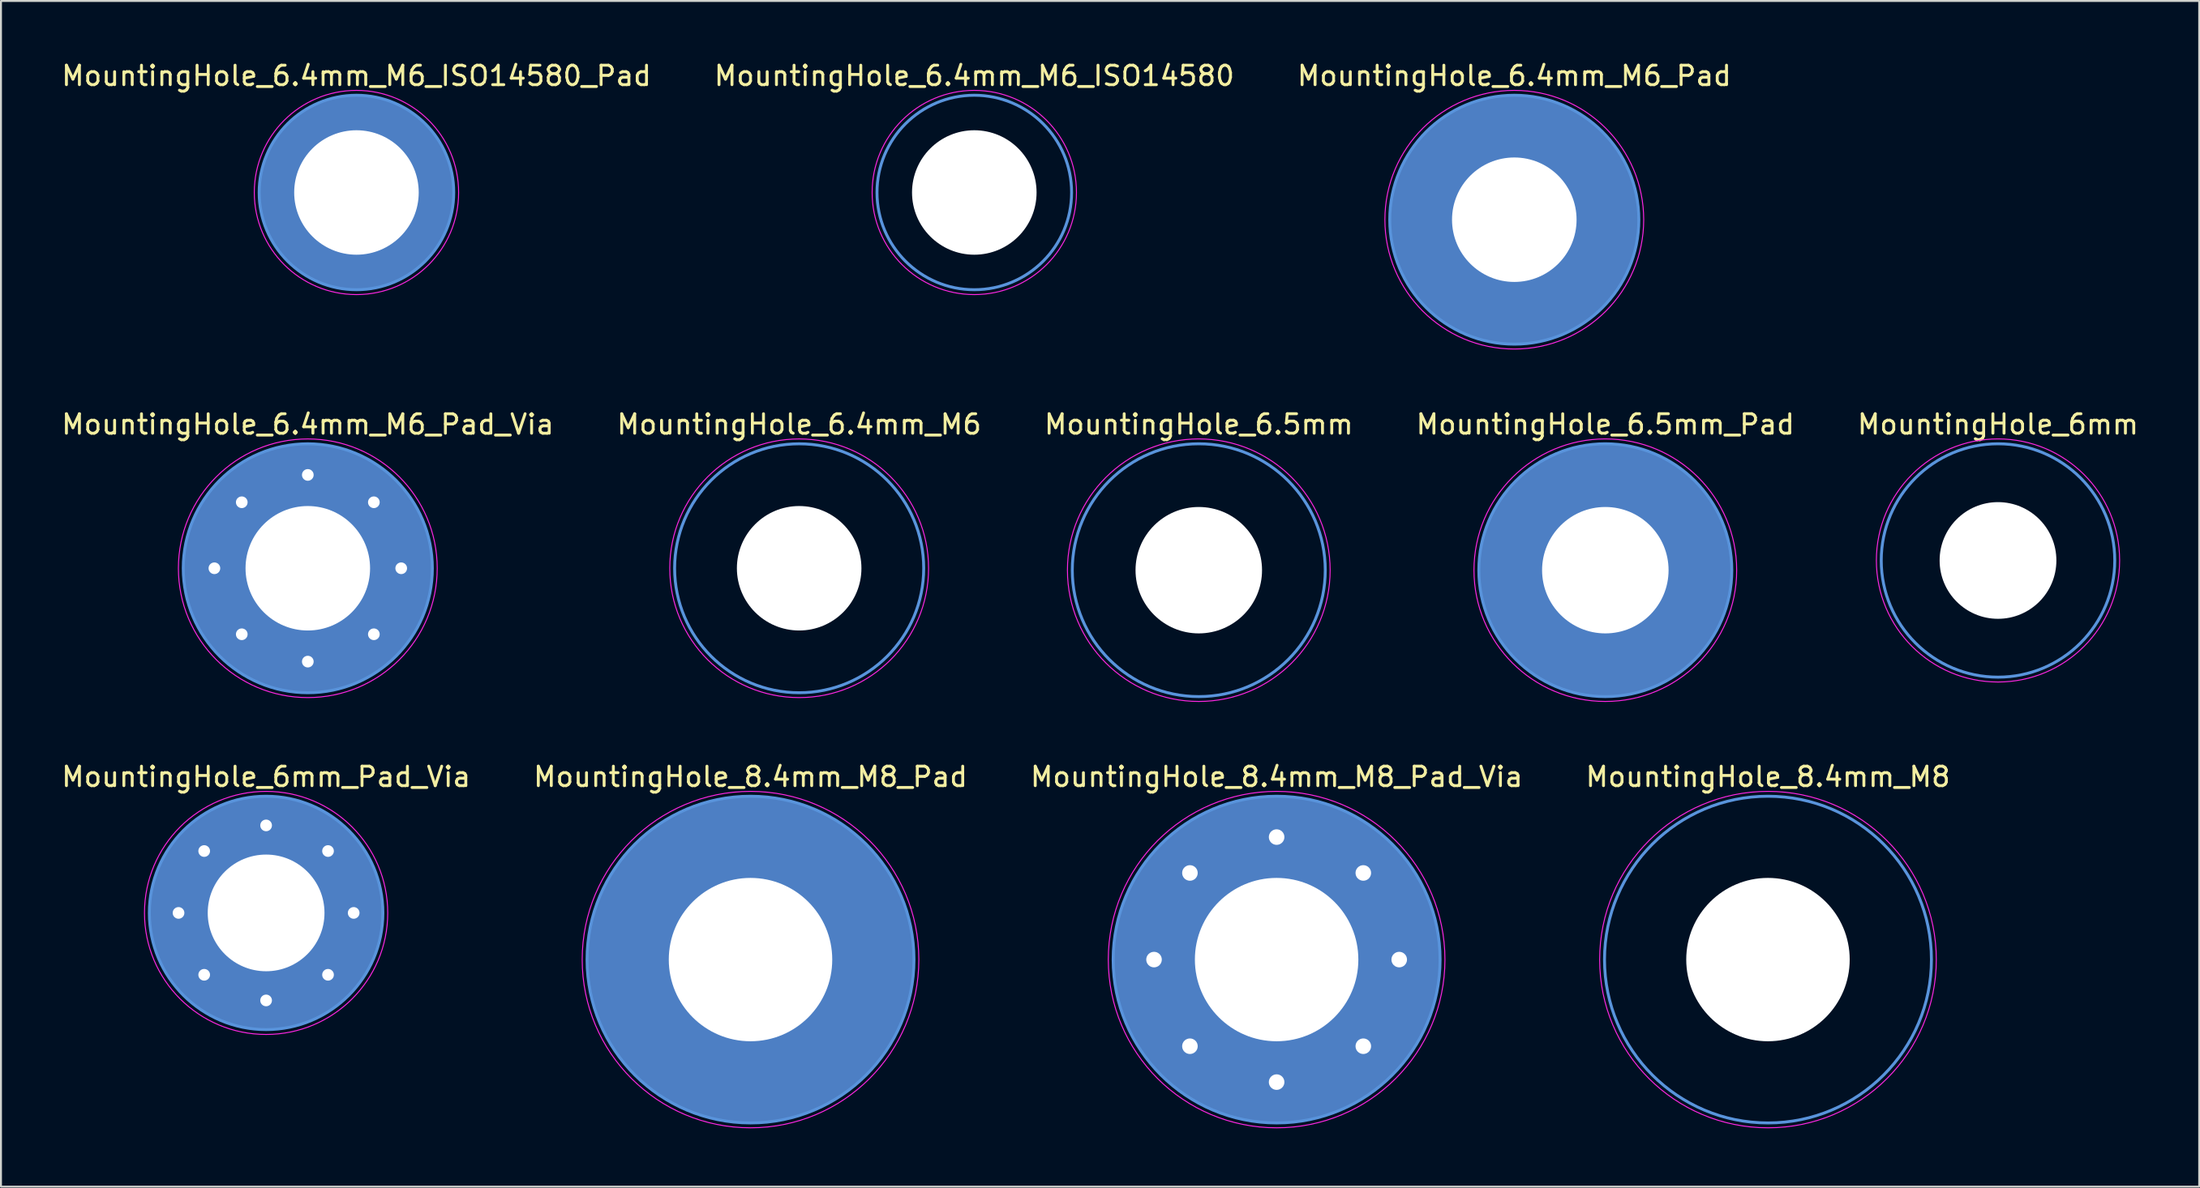
<source format=kicad_pcb>
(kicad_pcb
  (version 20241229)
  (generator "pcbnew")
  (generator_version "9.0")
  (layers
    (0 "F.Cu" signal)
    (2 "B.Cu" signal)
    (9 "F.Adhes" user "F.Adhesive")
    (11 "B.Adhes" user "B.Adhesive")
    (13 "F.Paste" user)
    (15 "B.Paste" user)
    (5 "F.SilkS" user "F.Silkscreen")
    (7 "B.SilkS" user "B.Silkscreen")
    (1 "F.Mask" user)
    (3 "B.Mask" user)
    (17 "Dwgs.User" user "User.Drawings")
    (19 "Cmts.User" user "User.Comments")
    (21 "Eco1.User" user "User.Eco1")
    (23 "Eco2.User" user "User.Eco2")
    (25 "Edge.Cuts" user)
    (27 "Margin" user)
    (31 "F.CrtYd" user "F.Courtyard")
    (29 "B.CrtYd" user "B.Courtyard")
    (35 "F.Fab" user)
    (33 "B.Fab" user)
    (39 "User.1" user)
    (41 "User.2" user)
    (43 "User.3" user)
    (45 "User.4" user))
  (footprint "MountingHole_6.4mm_M6_ISO14580_Pad"
    (layer "F.Cu")
    (at 15.268 6.848)
    (property "Reference" "MountingHole_6.4mm_M6_ISO14580_Pad" (at 0 -6 0) (layer "F.SilkS") (effects (font (size 1 1) (thickness 0.15))))
    (attr through_hole)
    (fp_circle (center 0 0) (end 5 0) (stroke (width 0.15) (type solid)) (fill no) (layer "Cmts.User"))
    (fp_circle (center 0 0) (end 5.25 0) (stroke (width 0.05) (type solid)) (fill no) (layer "F.CrtYd"))
    (pad "1" thru_hole circle (at 0 0) (size 10 10) (drill 6.4) (layers "*.Cu" "*.Mask")))
  (footprint "MountingHole_6.5mm"
    (layer "F.Cu")
    (at 58.554 26.271)
    (property "Reference" "MountingHole_6.5mm" (at 0 -7.5 0) (layer "F.SilkS") (effects (font (size 1 1) (thickness 0.15))))
    (attr through_hole)
    (fp_circle (center 0 0) (end 6.5 0) (stroke (width 0.15) (type solid)) (fill no) (layer "Cmts.User"))
    (fp_circle (center 0 0) (end 6.75 0) (stroke (width 0.05) (type solid)) (fill no) (layer "F.CrtYd"))
    (pad "" np_thru_hole circle (at 0 0) (size 6.5 6.5) (drill 6.5) (layers "*.Cu" "*.Mask")))
  (footprint "MountingHole_6.5mm_Pad"
    (layer "F.Cu")
    (at 79.446 26.271)
    (property "Reference" "MountingHole_6.5mm_Pad" (at 0 -7.5 0) (layer "F.SilkS") (effects (font (size 1 1) (thickness 0.15))))
    (attr through_hole)
    (fp_circle (center 0 0) (end 6.5 0) (stroke (width 0.15) (type solid)) (fill no) (layer "Cmts.User"))
    (fp_circle (center 0 0) (end 6.75 0) (stroke (width 0.05) (type solid)) (fill no) (layer "F.CrtYd"))
    (pad "1" thru_hole circle (at 0 0) (size 13 13) (drill 6.5) (layers "*.Cu" "*.Mask")))
  (footprint "MountingHole_6.4mm_M6_ISO14580"
    (layer "F.Cu")
    (at 47.018 6.848)
    (property "Reference" "MountingHole_6.4mm_M6_ISO14580" (at 0 -6 0) (layer "F.SilkS") (effects (font (size 1 1) (thickness 0.15))))
    (attr through_hole)
    (fp_circle (center 0 0) (end 5 0) (stroke (width 0.15) (type solid)) (fill no) (layer "Cmts.User"))
    (fp_circle (center 0 0) (end 5.25 0) (stroke (width 0.05) (type solid)) (fill no) (layer "F.CrtYd"))
    (pad "" np_thru_hole circle (at 0 0) (size 6.4 6.4) (drill 6.4) (layers "*.Cu" "*.Mask")))
  (footprint "MountingHole_6mm"
    (layer "F.Cu")
    (at 99.625 25.771)
    (property "Reference" "MountingHole_6mm" (at 0 -7 0) (layer "F.SilkS") (effects (font (size 1 1) (thickness 0.15))))
    (attr through_hole)
    (fp_circle (center 0 0) (end 6 0) (stroke (width 0.15) (type solid)) (fill no) (layer "Cmts.User"))
    (fp_circle (center 0 0) (end 6.25 0) (stroke (width 0.05) (type solid)) (fill no) (layer "F.CrtYd"))
    (pad "" np_thru_hole circle (at 0 0) (size 6 6) (drill 6) (layers "*.Cu" "*.Mask")))
  (footprint "MountingHole_6.4mm_M6"
    (layer "F.Cu")
    (at 38.018 26.172)
    (property "Reference" "MountingHole_6.4mm_M6" (at 0 -7.4 0) (layer "F.SilkS") (effects (font (size 1 1) (thickness 0.15))))
    (attr through_hole)
    (fp_circle (center 0 0) (end 6.4 0) (stroke (width 0.15) (type solid)) (fill no) (layer "Cmts.User"))
    (fp_circle (center 0 0) (end 6.65 0) (stroke (width 0.05) (type solid)) (fill no) (layer "F.CrtYd"))
    (pad "" np_thru_hole circle (at 0 0) (size 6.4 6.4) (drill 6.4) (layers "*.Cu" "*.Mask")))
  (footprint "MountingHole_6.4mm_M6_Pad"
    (layer "F.Cu")
    (at 74.768 8.248)
    (property "Reference" "MountingHole_6.4mm_M6_Pad" (at 0 -7.4 0) (layer "F.SilkS") (effects (font (size 1 1) (thickness 0.15))))
    (attr through_hole)
    (fp_circle (center 0 0) (end 6.4 0) (stroke (width 0.15) (type solid)) (fill no) (layer "Cmts.User"))
    (fp_circle (center 0 0) (end 6.65 0) (stroke (width 0.05) (type solid)) (fill no) (layer "F.CrtYd"))
    (pad "1" thru_hole circle (at 0 0) (size 12.8 12.8) (drill 6.4) (layers "*.Cu" "*.Mask")))
  (footprint "MountingHole_8.4mm_M8_Pad_Via"
    (layer "F.Cu")
    (at 62.554 46.295)
    (property "Reference" "MountingHole_8.4mm_M8_Pad_Via" (at 0 -9.4 0) (layer "F.SilkS") (effects (font (size 1 1) (thickness 0.15))))
    (attr through_hole)
    (fp_circle (center 0 0) (end 8.4 0) (stroke (width 0.15) (type solid)) (fill no) (layer "Cmts.User"))
    (fp_circle (center 0 0) (end 8.65 0) (stroke (width 0.05) (type solid)) (fill no) (layer "F.CrtYd"))
    (pad "" thru_hole circle (at -6.3 0) (size 0.9 0.9) (drill 0.8) (layers "*.Cu" "*.Mask"))
    (pad "" thru_hole circle (at -4.455 -4.455) (size 0.9 0.9) (drill 0.8) (layers "*.Cu" "*.Mask"))
    (pad "" thru_hole circle (at -4.455 4.455) (size 0.9 0.9) (drill 0.8) (layers "*.Cu" "*.Mask"))
    (pad "" thru_hole circle (at 0 -6.3) (size 0.9 0.9) (drill 0.8) (layers "*.Cu" "*.Mask"))
    (pad "" thru_hole circle (at 0 6.3) (size 0.9 0.9) (drill 0.8) (layers "*.Cu" "*.Mask"))
    (pad "" thru_hole circle (at 4.455 -4.455) (size 0.9 0.9) (drill 0.8) (layers "*.Cu" "*.Mask"))
    (pad "" thru_hole circle (at 4.455 4.455) (size 0.9 0.9) (drill 0.8) (layers "*.Cu" "*.Mask"))
    (pad "" thru_hole circle (at 6.3 0) (size 0.9 0.9) (drill 0.8) (layers "*.Cu" "*.Mask"))
    (pad "1" thru_hole circle (at 0 0) (size 16.8 16.8) (drill 8.4) (layers "*.Cu" "*.Mask")))
  (footprint "MountingHole_6mm_Pad_Via"
    (layer "F.Cu")
    (at 10.625 43.895)
    (property "Reference" "MountingHole_6mm_Pad_Via" (at 0 -7 0) (layer "F.SilkS") (effects (font (size 1 1) (thickness 0.15))))
    (attr through_hole)
    (fp_circle (center 0 0) (end 6 0) (stroke (width 0.15) (type solid)) (fill no) (layer "Cmts.User"))
    (fp_circle (center 0 0) (end 6.25 0) (stroke (width 0.05) (type solid)) (fill no) (layer "F.CrtYd"))
    (pad "" thru_hole circle (at -4.5 0) (size 0.7 0.7) (drill 0.6) (layers "*.Cu" "*.Mask"))
    (pad "" thru_hole circle (at -3.182 -3.182) (size 0.7 0.7) (drill 0.6) (layers "*.Cu" "*.Mask"))
    (pad "" thru_hole circle (at -3.182 3.182) (size 0.7 0.7) (drill 0.6) (layers "*.Cu" "*.Mask"))
    (pad "" thru_hole circle (at 0 -4.5) (size 0.7 0.7) (drill 0.6) (layers "*.Cu" "*.Mask"))
    (pad "" thru_hole circle (at 0 4.5) (size 0.7 0.7) (drill 0.6) (layers "*.Cu" "*.Mask"))
    (pad "" thru_hole circle (at 3.182 -3.182) (size 0.7 0.7) (drill 0.6) (layers "*.Cu" "*.Mask"))
    (pad "" thru_hole circle (at 3.182 3.182) (size 0.7 0.7) (drill 0.6) (layers "*.Cu" "*.Mask"))
    (pad "" thru_hole circle (at 4.5 0) (size 0.7 0.7) (drill 0.6) (layers "*.Cu" "*.Mask"))
    (pad "1" thru_hole circle (at 0 0) (size 12 12) (drill 6) (layers "*.Cu" "*.Mask")))
  (footprint "MountingHole_6.4mm_M6_Pad_Via"
    (layer "F.Cu")
    (at 12.768 26.172)
    (property "Reference" "MountingHole_6.4mm_M6_Pad_Via" (at 0 -7.4 0) (layer "F.SilkS") (effects (font (size 1 1) (thickness 0.15))))
    (attr through_hole)
    (fp_circle (center 0 0) (end 6.4 0) (stroke (width 0.15) (type solid)) (fill no) (layer "Cmts.User"))
    (fp_circle (center 0 0) (end 6.65 0) (stroke (width 0.05) (type solid)) (fill no) (layer "F.CrtYd"))
    (pad "" thru_hole circle (at -4.8 0) (size 0.7 0.7) (drill 0.6) (layers "*.Cu" "*.Mask"))
    (pad "" thru_hole circle (at -3.394 -3.394) (size 0.7 0.7) (drill 0.6) (layers "*.Cu" "*.Mask"))
    (pad "" thru_hole circle (at -3.394 3.394) (size 0.7 0.7) (drill 0.6) (layers "*.Cu" "*.Mask"))
    (pad "" thru_hole circle (at 0 -4.8) (size 0.7 0.7) (drill 0.6) (layers "*.Cu" "*.Mask"))
    (pad "" thru_hole circle (at 0 4.8) (size 0.7 0.7) (drill 0.6) (layers "*.Cu" "*.Mask"))
    (pad "" thru_hole circle (at 3.394 -3.394) (size 0.7 0.7) (drill 0.6) (layers "*.Cu" "*.Mask"))
    (pad "" thru_hole circle (at 3.394 3.394) (size 0.7 0.7) (drill 0.6) (layers "*.Cu" "*.Mask"))
    (pad "" thru_hole circle (at 4.8 0) (size 0.7 0.7) (drill 0.6) (layers "*.Cu" "*.Mask"))
    (pad "1" thru_hole circle (at 0 0) (size 12.8 12.8) (drill 6.4) (layers "*.Cu" "*.Mask")))
  (footprint "MountingHole_8.4mm_M8_Pad"
    (layer "F.Cu")
    (at 35.518 46.295)
    (property "Reference" "MountingHole_8.4mm_M8_Pad" (at 0 -9.4 0) (layer "F.SilkS") (effects (font (size 1 1) (thickness 0.15))))
    (attr through_hole)
    (fp_circle (center 0 0) (end 8.4 0) (stroke (width 0.15) (type solid)) (fill no) (layer "Cmts.User"))
    (fp_circle (center 0 0) (end 8.65 0) (stroke (width 0.05) (type solid)) (fill no) (layer "F.CrtYd"))
    (pad "1" thru_hole circle (at 0 0) (size 16.8 16.8) (drill 8.4) (layers "*.Cu" "*.Mask")))
  (footprint "MountingHole_8.4mm_M8"
    (layer "F.Cu")
    (at 87.804 46.295)
    (property "Reference" "MountingHole_8.4mm_M8" (at 0 -9.4 0) (layer "F.SilkS") (effects (font (size 1 1) (thickness 0.15))))
    (attr through_hole)
    (fp_circle (center 0 0) (end 8.4 0) (stroke (width 0.15) (type solid)) (fill no) (layer "Cmts.User"))
    (fp_circle (center 0 0) (end 8.65 0) (stroke (width 0.05) (type solid)) (fill no) (layer "F.CrtYd"))
    (pad "" np_thru_hole circle (at 0 0) (size 8.4 8.4) (drill 8.4) (layers "*.Cu" "*.Mask")))
  (gr_rect
    (start -3 -3)
    (end 109.964 57.97)
    (stroke (width 0.1) (type default))
    (fill no)
    (layer "Edge.Cuts")))
</source>
